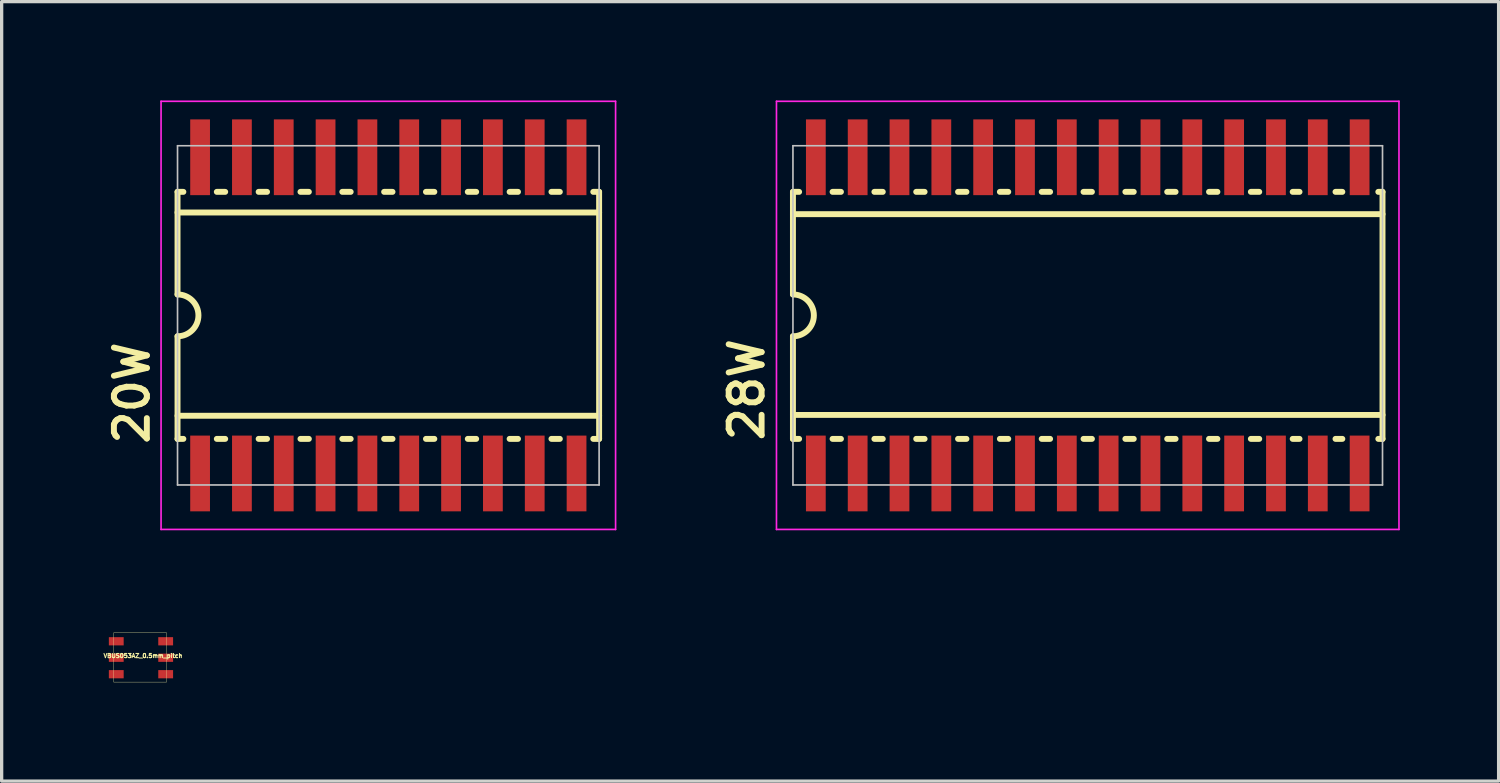
<source format=kicad_pcb>
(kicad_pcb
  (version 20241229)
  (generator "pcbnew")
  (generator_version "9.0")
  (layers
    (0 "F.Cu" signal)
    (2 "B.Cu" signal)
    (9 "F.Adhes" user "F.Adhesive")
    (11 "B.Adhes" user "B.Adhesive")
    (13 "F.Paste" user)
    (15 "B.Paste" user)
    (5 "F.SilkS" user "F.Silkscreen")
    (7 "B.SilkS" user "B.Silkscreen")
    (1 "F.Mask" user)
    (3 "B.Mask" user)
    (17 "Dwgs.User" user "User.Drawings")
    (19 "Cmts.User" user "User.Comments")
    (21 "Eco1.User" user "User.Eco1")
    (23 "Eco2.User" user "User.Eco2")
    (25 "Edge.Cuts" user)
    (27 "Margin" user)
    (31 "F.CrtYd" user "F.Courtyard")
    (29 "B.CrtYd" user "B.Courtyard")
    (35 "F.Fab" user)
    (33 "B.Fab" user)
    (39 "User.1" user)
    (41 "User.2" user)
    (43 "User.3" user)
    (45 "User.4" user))
  (footprint "28W"
    (layer "F.Cu")
    (at 29.975 6.525)
    (property "Reference" "28W" (at -9.77 3.9 90) (layer "F.SilkS") (effects (font (size 1 1) (thickness 0.18)) (justify left bottom)))
    (attr through_hole)
    (fp_line (start -8.95 -3.75) (end -8.763 -3.75) (stroke (width 0.18) (type solid)) (layer "F.SilkS"))
    (fp_line (start -8.95 -3.073) (end 8.95 -3.073) (stroke (width 0.18) (type solid)) (layer "F.SilkS"))
    (fp_line (start -8.95 -0.635) (end -8.95 -3.75) (stroke (width 0.18) (type solid)) (layer "F.SilkS"))
    (fp_line (start -8.95 3.023) (end 8.95 3.023) (stroke (width 0.18) (type solid)) (layer "F.SilkS"))
    (fp_line (start -8.95 3.75) (end -8.95 0.635) (stroke (width 0.18) (type solid)) (layer "F.SilkS"))
    (fp_line (start -8.95 3.75) (end -8.763 3.75) (stroke (width 0.18) (type solid)) (layer "F.SilkS"))
    (fp_line (start -7.747 -3.75) (end -7.493 -3.75) (stroke (width 0.18) (type solid)) (layer "F.SilkS"))
    (fp_line (start -7.747 3.75) (end -7.493 3.75) (stroke (width 0.18) (type solid)) (layer "F.SilkS"))
    (fp_line (start -6.477 -3.75) (end -6.223 -3.75) (stroke (width 0.18) (type solid)) (layer "F.SilkS"))
    (fp_line (start -6.477 3.75) (end -6.223 3.75) (stroke (width 0.18) (type solid)) (layer "F.SilkS"))
    (fp_line (start -5.207 -3.75) (end -4.953 -3.75) (stroke (width 0.18) (type solid)) (layer "F.SilkS"))
    (fp_line (start -5.207 3.75) (end -4.953 3.75) (stroke (width 0.18) (type solid)) (layer "F.SilkS"))
    (fp_line (start -3.937 -3.75) (end -3.683 -3.75) (stroke (width 0.18) (type solid)) (layer "F.SilkS"))
    (fp_line (start -3.937 3.75) (end -3.683 3.75) (stroke (width 0.18) (type solid)) (layer "F.SilkS"))
    (fp_line (start -2.667 -3.75) (end -2.413 -3.75) (stroke (width 0.18) (type solid)) (layer "F.SilkS"))
    (fp_line (start -2.667 3.75) (end -2.413 3.75) (stroke (width 0.18) (type solid)) (layer "F.SilkS"))
    (fp_line (start -1.397 -3.75) (end -1.143 -3.75) (stroke (width 0.18) (type solid)) (layer "F.SilkS"))
    (fp_line (start -1.397 3.75) (end -1.143 3.75) (stroke (width 0.18) (type solid)) (layer "F.SilkS"))
    (fp_line (start -0.127 -3.75) (end 0.127 -3.75) (stroke (width 0.18) (type solid)) (layer "F.SilkS"))
    (fp_line (start -0.127 3.75) (end 0.127 3.75) (stroke (width 0.18) (type solid)) (layer "F.SilkS"))
    (fp_line (start 1.143 -3.75) (end 1.397 -3.75) (stroke (width 0.18) (type solid)) (layer "F.SilkS"))
    (fp_line (start 1.143 3.75) (end 1.397 3.75) (stroke (width 0.18) (type solid)) (layer "F.SilkS"))
    (fp_line (start 2.413 -3.75) (end 2.667 -3.75) (stroke (width 0.18) (type solid)) (layer "F.SilkS"))
    (fp_line (start 2.413 3.75) (end 2.667 3.75) (stroke (width 0.18) (type solid)) (layer "F.SilkS"))
    (fp_line (start 3.683 -3.75) (end 3.937 -3.75) (stroke (width 0.18) (type solid)) (layer "F.SilkS"))
    (fp_line (start 3.683 3.75) (end 3.937 3.75) (stroke (width 0.18) (type solid)) (layer "F.SilkS"))
    (fp_line (start 4.953 -3.75) (end 5.207 -3.75) (stroke (width 0.18) (type solid)) (layer "F.SilkS"))
    (fp_line (start 4.953 3.75) (end 5.207 3.75) (stroke (width 0.18) (type solid)) (layer "F.SilkS"))
    (fp_line (start 6.223 -3.75) (end 6.43 -3.75) (stroke (width 0.18) (type solid)) (layer "F.SilkS"))
    (fp_line (start 6.223 3.75) (end 6.43 3.75) (stroke (width 0.18) (type solid)) (layer "F.SilkS"))
    (fp_line (start 7.523 -3.75) (end 7.73 -3.75) (stroke (width 0.18) (type solid)) (layer "F.SilkS"))
    (fp_line (start 7.523 3.75) (end 7.73 3.75) (stroke (width 0.18) (type solid)) (layer "F.SilkS"))
    (fp_line (start 8.823 -3.75) (end 8.95 -3.75) (stroke (width 0.18) (type solid)) (layer "F.SilkS"))
    (fp_line (start 8.823 3.75) (end 8.95 3.75) (stroke (width 0.18) (type solid)) (layer "F.SilkS"))
    (fp_line (start 8.95 -3.75) (end 8.95 3.75) (stroke (width 0.18) (type solid)) (layer "F.SilkS"))
    (fp_arc (start -8.95 -0.635) (mid -8.315 0) (end -8.95 0.635) (stroke (width 0.18) (type solid)) (layer "F.SilkS"))
    (fp_line (start -8.95 -5.15) (end 8.95 -5.15) (stroke (width 0.05) (type solid)) (layer "Dwgs.User"))
    (fp_line (start -8.95 5.15) (end -8.95 -5.15) (stroke (width 0.05) (type solid)) (layer "Dwgs.User"))
    (fp_line (start -8.95 5.15) (end 8.95 5.15) (stroke (width 0.05) (type solid)) (layer "Dwgs.User"))
    (fp_line (start 8.95 5.15) (end 8.95 -5.15) (stroke (width 0.05) (type solid)) (layer "Dwgs.User"))
    (fp_line (start -9.45 -6.5) (end 9.45 -6.5) (stroke (width 0.05) (type solid)) (layer "F.CrtYd"))
    (fp_line (start -9.45 6.5) (end -9.45 -6.5) (stroke (width 0.05) (type solid)) (layer "F.CrtYd"))
    (fp_line (start 9.45 -6.5) (end 9.45 6.5) (stroke (width 0.05) (type solid)) (layer "F.CrtYd"))
    (fp_line (start 9.45 6.5) (end -9.45 6.5) (stroke (width 0.05) (type solid)) (layer "F.CrtYd"))
    (pad "1" smd rect (at -8.255 4.8) (size 0.6 2.3) (layers "F.Cu" "F.Mask" "F.Paste"))
    (pad "2" smd rect (at -6.985 4.8) (size 0.6 2.3) (layers "F.Cu" "F.Mask" "F.Paste"))
    (pad "3" smd rect (at -5.715 4.8) (size 0.6 2.3) (layers "F.Cu" "F.Mask" "F.Paste"))
    (pad "4" smd rect (at -4.445 4.8) (size 0.6 2.3) (layers "F.Cu" "F.Mask" "F.Paste"))
    (pad "5" smd rect (at -3.175 4.8) (size 0.6 2.3) (layers "F.Cu" "F.Mask" "F.Paste"))
    (pad "6" smd rect (at -1.905 4.8) (size 0.6 2.3) (layers "F.Cu" "F.Mask" "F.Paste"))
    (pad "7" smd rect (at -0.635 4.8) (size 0.6 2.3) (layers "F.Cu" "F.Mask" "F.Paste"))
    (pad "8" smd rect (at 0.635 4.8) (size 0.6 2.3) (layers "F.Cu" "F.Mask" "F.Paste"))
    (pad "9" smd rect (at 1.905 4.8) (size 0.6 2.3) (layers "F.Cu" "F.Mask" "F.Paste"))
    (pad "10" smd rect (at 3.175 4.8) (size 0.6 2.3) (layers "F.Cu" "F.Mask" "F.Paste"))
    (pad "11" smd rect (at 4.445 4.8) (size 0.6 2.3) (layers "F.Cu" "F.Mask" "F.Paste"))
    (pad "12" smd rect (at 5.715 4.8) (size 0.6 2.3) (layers "F.Cu" "F.Mask" "F.Paste"))
    (pad "13" smd rect (at 6.985 4.8) (size 0.6 2.3) (layers "F.Cu" "F.Mask" "F.Paste"))
    (pad "14" smd rect (at 8.255 4.8) (size 0.6 2.3) (layers "F.Cu" "F.Mask" "F.Paste"))
    (pad "15" smd rect (at 8.255 -4.8) (size 0.6 2.3) (layers "F.Cu" "F.Mask" "F.Paste"))
    (pad "16" smd rect (at 6.985 -4.8) (size 0.6 2.3) (layers "F.Cu" "F.Mask" "F.Paste"))
    (pad "17" smd rect (at 5.715 -4.8) (size 0.6 2.3) (layers "F.Cu" "F.Mask" "F.Paste"))
    (pad "18" smd rect (at 4.445 -4.8) (size 0.6 2.3) (layers "F.Cu" "F.Mask" "F.Paste"))
    (pad "19" smd rect (at 3.175 -4.8) (size 0.6 2.3) (layers "F.Cu" "F.Mask" "F.Paste"))
    (pad "20" smd rect (at 1.905 -4.8) (size 0.6 2.3) (layers "F.Cu" "F.Mask" "F.Paste"))
    (pad "21" smd rect (at 0.635 -4.8) (size 0.6 2.3) (layers "F.Cu" "F.Mask" "F.Paste"))
    (pad "22" smd rect (at -0.635 -4.8) (size 0.6 2.3) (layers "F.Cu" "F.Mask" "F.Paste"))
    (pad "23" smd rect (at -1.905 -4.8) (size 0.6 2.3) (layers "F.Cu" "F.Mask" "F.Paste"))
    (pad "24" smd rect (at -3.175 -4.8) (size 0.6 2.3) (layers "F.Cu" "F.Mask" "F.Paste"))
    (pad "25" smd rect (at -4.445 -4.8) (size 0.6 2.3) (layers "F.Cu" "F.Mask" "F.Paste"))
    (pad "26" smd rect (at -5.715 -4.8) (size 0.6 2.3) (layers "F.Cu" "F.Mask" "F.Paste"))
    (pad "27" smd rect (at -6.985 -4.8) (size 0.6 2.3) (layers "F.Cu" "F.Mask" "F.Paste"))
    (pad "28" smd rect (at -8.255 -4.8) (size 0.6 2.3) (layers "F.Cu" "F.Mask" "F.Paste")))
  (footprint "20W"
    (layer "F.Cu")
    (at 8.74 6.525)
    (property "Reference" "20W" (at -7.2 4 90) (layer "F.SilkS") (effects (font (size 1 1) (thickness 0.18)) (justify left bottom)))
    (attr through_hole)
    (fp_line (start -6.4 -3.75) (end -6.223 -3.75) (stroke (width 0.18) (type solid)) (layer "F.SilkS"))
    (fp_line (start -6.4 -3.124) (end 6.4 -3.124) (stroke (width 0.18) (type solid)) (layer "F.SilkS"))
    (fp_line (start -6.4 -0.635) (end -6.4 -3.75) (stroke (width 0.18) (type solid)) (layer "F.SilkS"))
    (fp_line (start -6.4 0.635) (end -6.4 3.75) (stroke (width 0.18) (type solid)) (layer "F.SilkS"))
    (fp_line (start -6.4 3.048) (end 6.4 3.048) (stroke (width 0.18) (type solid)) (layer "F.SilkS"))
    (fp_line (start -6.4 3.75) (end -6.223 3.75) (stroke (width 0.18) (type solid)) (layer "F.SilkS"))
    (fp_line (start -4.953 -3.75) (end -5.207 -3.75) (stroke (width 0.18) (type solid)) (layer "F.SilkS"))
    (fp_line (start -4.953 3.75) (end -5.207 3.75) (stroke (width 0.18) (type solid)) (layer "F.SilkS"))
    (fp_line (start -3.683 -3.75) (end -3.937 -3.75) (stroke (width 0.18) (type solid)) (layer "F.SilkS"))
    (fp_line (start -3.683 3.75) (end -3.937 3.75) (stroke (width 0.18) (type solid)) (layer "F.SilkS"))
    (fp_line (start -2.413 -3.75) (end -2.667 -3.75) (stroke (width 0.18) (type solid)) (layer "F.SilkS"))
    (fp_line (start -2.413 3.75) (end -2.667 3.75) (stroke (width 0.18) (type solid)) (layer "F.SilkS"))
    (fp_line (start -1.143 -3.75) (end -1.397 -3.75) (stroke (width 0.18) (type solid)) (layer "F.SilkS"))
    (fp_line (start -1.143 3.75) (end -1.397 3.75) (stroke (width 0.18) (type solid)) (layer "F.SilkS"))
    (fp_line (start 0.127 -3.75) (end -0.127 -3.75) (stroke (width 0.18) (type solid)) (layer "F.SilkS"))
    (fp_line (start 0.127 3.75) (end -0.127 3.75) (stroke (width 0.18) (type solid)) (layer "F.SilkS"))
    (fp_line (start 1.397 -3.75) (end 1.143 -3.75) (stroke (width 0.18) (type solid)) (layer "F.SilkS"))
    (fp_line (start 1.397 3.75) (end 1.143 3.75) (stroke (width 0.18) (type solid)) (layer "F.SilkS"))
    (fp_line (start 2.667 -3.75) (end 2.413 -3.75) (stroke (width 0.18) (type solid)) (layer "F.SilkS"))
    (fp_line (start 2.667 3.75) (end 2.413 3.75) (stroke (width 0.18) (type solid)) (layer "F.SilkS"))
    (fp_line (start 3.937 -3.75) (end 3.683 -3.75) (stroke (width 0.18) (type solid)) (layer "F.SilkS"))
    (fp_line (start 3.937 3.75) (end 3.683 3.75) (stroke (width 0.18) (type solid)) (layer "F.SilkS"))
    (fp_line (start 5.207 -3.75) (end 4.953 -3.75) (stroke (width 0.18) (type solid)) (layer "F.SilkS"))
    (fp_line (start 5.207 3.75) (end 4.953 3.75) (stroke (width 0.18) (type solid)) (layer "F.SilkS"))
    (fp_line (start 6.4 -3.75) (end 6.223 -3.75) (stroke (width 0.18) (type solid)) (layer "F.SilkS"))
    (fp_line (start 6.4 -3.75) (end 6.4 3.75) (stroke (width 0.18) (type solid)) (layer "F.SilkS"))
    (fp_line (start 6.4 3.75) (end 6.223 3.75) (stroke (width 0.18) (type solid)) (layer "F.SilkS"))
    (fp_arc (start -6.4 -0.635) (mid -5.765 0) (end -6.4 0.635) (stroke (width 0.18) (type solid)) (layer "F.SilkS"))
    (fp_line (start -6.4 -5.15) (end 6.4 -5.15) (stroke (width 0.05) (type solid)) (layer "Dwgs.User"))
    (fp_line (start -6.4 5.15) (end -6.4 -5.15) (stroke (width 0.05) (type solid)) (layer "Dwgs.User"))
    (fp_line (start -6.4 5.15) (end 6.4 5.15) (stroke (width 0.05) (type solid)) (layer "Dwgs.User"))
    (fp_line (start 6.4 5.15) (end 6.4 -5.15) (stroke (width 0.05) (type solid)) (layer "Dwgs.User"))
    (fp_line (start -6.9 -6.5) (end 6.9 -6.5) (stroke (width 0.05) (type solid)) (layer "F.CrtYd"))
    (fp_line (start -6.9 6.5) (end -6.9 -6.5) (stroke (width 0.05) (type solid)) (layer "F.CrtYd"))
    (fp_line (start 6.9 -6.5) (end 6.9 6.5) (stroke (width 0.05) (type solid)) (layer "F.CrtYd"))
    (fp_line (start 6.9 6.5) (end -6.9 6.5) (stroke (width 0.05) (type solid)) (layer "F.CrtYd"))
    (pad "1" smd rect (at -5.715 4.8) (size 0.6 2.3) (layers "F.Cu" "F.Mask" "F.Paste"))
    (pad "2" smd rect (at -4.445 4.8) (size 0.6 2.3) (layers "F.Cu" "F.Mask" "F.Paste"))
    (pad "3" smd rect (at -3.175 4.8) (size 0.6 2.3) (layers "F.Cu" "F.Mask" "F.Paste"))
    (pad "4" smd rect (at -1.905 4.8) (size 0.6 2.3) (layers "F.Cu" "F.Mask" "F.Paste"))
    (pad "5" smd rect (at -0.635 4.8) (size 0.6 2.3) (layers "F.Cu" "F.Mask" "F.Paste"))
    (pad "6" smd rect (at 0.635 4.8) (size 0.6 2.3) (layers "F.Cu" "F.Mask" "F.Paste"))
    (pad "7" smd rect (at 1.905 4.8) (size 0.6 2.3) (layers "F.Cu" "F.Mask" "F.Paste"))
    (pad "8" smd rect (at 3.175 4.8) (size 0.6 2.3) (layers "F.Cu" "F.Mask" "F.Paste"))
    (pad "9" smd rect (at 4.445 4.8) (size 0.6 2.3) (layers "F.Cu" "F.Mask" "F.Paste"))
    (pad "10" smd rect (at 5.715 4.8) (size 0.6 2.3) (layers "F.Cu" "F.Mask" "F.Paste"))
    (pad "11" smd rect (at 5.715 -4.8) (size 0.6 2.3) (layers "F.Cu" "F.Mask" "F.Paste"))
    (pad "12" smd rect (at 4.445 -4.8) (size 0.6 2.3) (layers "F.Cu" "F.Mask" "F.Paste"))
    (pad "13" smd rect (at 3.175 -4.8) (size 0.6 2.3) (layers "F.Cu" "F.Mask" "F.Paste"))
    (pad "14" smd rect (at 1.905 -4.8) (size 0.6 2.3) (layers "F.Cu" "F.Mask" "F.Paste"))
    (pad "15" smd rect (at 0.635 -4.8) (size 0.6 2.3) (layers "F.Cu" "F.Mask" "F.Paste"))
    (pad "16" smd rect (at -0.635 -4.8) (size 0.6 2.3) (layers "F.Cu" "F.Mask" "F.Paste"))
    (pad "17" smd rect (at -1.905 -4.8) (size 0.6 2.3) (layers "F.Cu" "F.Mask" "F.Paste"))
    (pad "18" smd rect (at -3.175 -4.8) (size 0.6 2.3) (layers "F.Cu" "F.Mask" "F.Paste"))
    (pad "19" smd rect (at -4.445 -4.8) (size 0.6 2.3) (layers "F.Cu" "F.Mask" "F.Paste"))
    (pad "20" smd rect (at -5.715 -4.8) (size 0.6 2.3) (layers "F.Cu" "F.Mask" "F.Paste")))
  (footprint "VBUS053AZ_0.5mm_pitch"
    (layer "F.Cu")
    (at 0.25 16.3)
    (property "Reference" "VBUS053AZ_0.5mm_pitch" (at 1.04 0.56 0) (layer "F.SilkS") (effects (font (size 0.127 0.127) (thickness 0.032))))
    (attr through_hole)
    (fp_line (start 0.155 -0.14) (end 0.155 1.36) (stroke (width 0.01) (type solid)) (layer "F.SilkS"))
    (fp_line (start 0.16 -0.14) (end 1.75 -0.14) (stroke (width 0.01) (type solid)) (layer "F.SilkS"))
    (fp_line (start 0.16 1.36) (end 1.75 1.36) (stroke (width 0.01) (type solid)) (layer "F.SilkS"))
    (fp_line (start 1.755 -0.14) (end 1.755 1.36) (stroke (width 0.01) (type solid)) (layer "F.SilkS"))
    (pad "1" smd rect (at 0.23 0.12) (size 0.45 0.25) (layers "F.Cu" "F.Mask" "F.Paste"))
    (pad "2" smd rect (at 0.23 0.62) (size 0.45 0.25) (layers "F.Cu" "F.Mask" "F.Paste"))
    (pad "3" smd rect (at 0.23 1.12) (size 0.45 0.25) (layers "F.Cu" "F.Mask" "F.Paste"))
    (pad "4" smd rect (at 1.73 1.12) (size 0.45 0.25) (layers "F.Cu" "F.Mask" "F.Paste"))
    (pad "5" smd rect (at 1.73 0.62) (size 0.45 0.25) (layers "F.Cu" "F.Mask" "F.Paste"))
    (pad "6" smd rect (at 1.73 0.12) (size 0.45 0.25) (layers "F.Cu" "F.Mask" "F.Paste")))
  (gr_rect
    (start -3 -3)
    (end 42.45 20.665)
    (stroke (width 0.1) (type default))
    (fill no)
    (layer "Edge.Cuts")))
</source>
